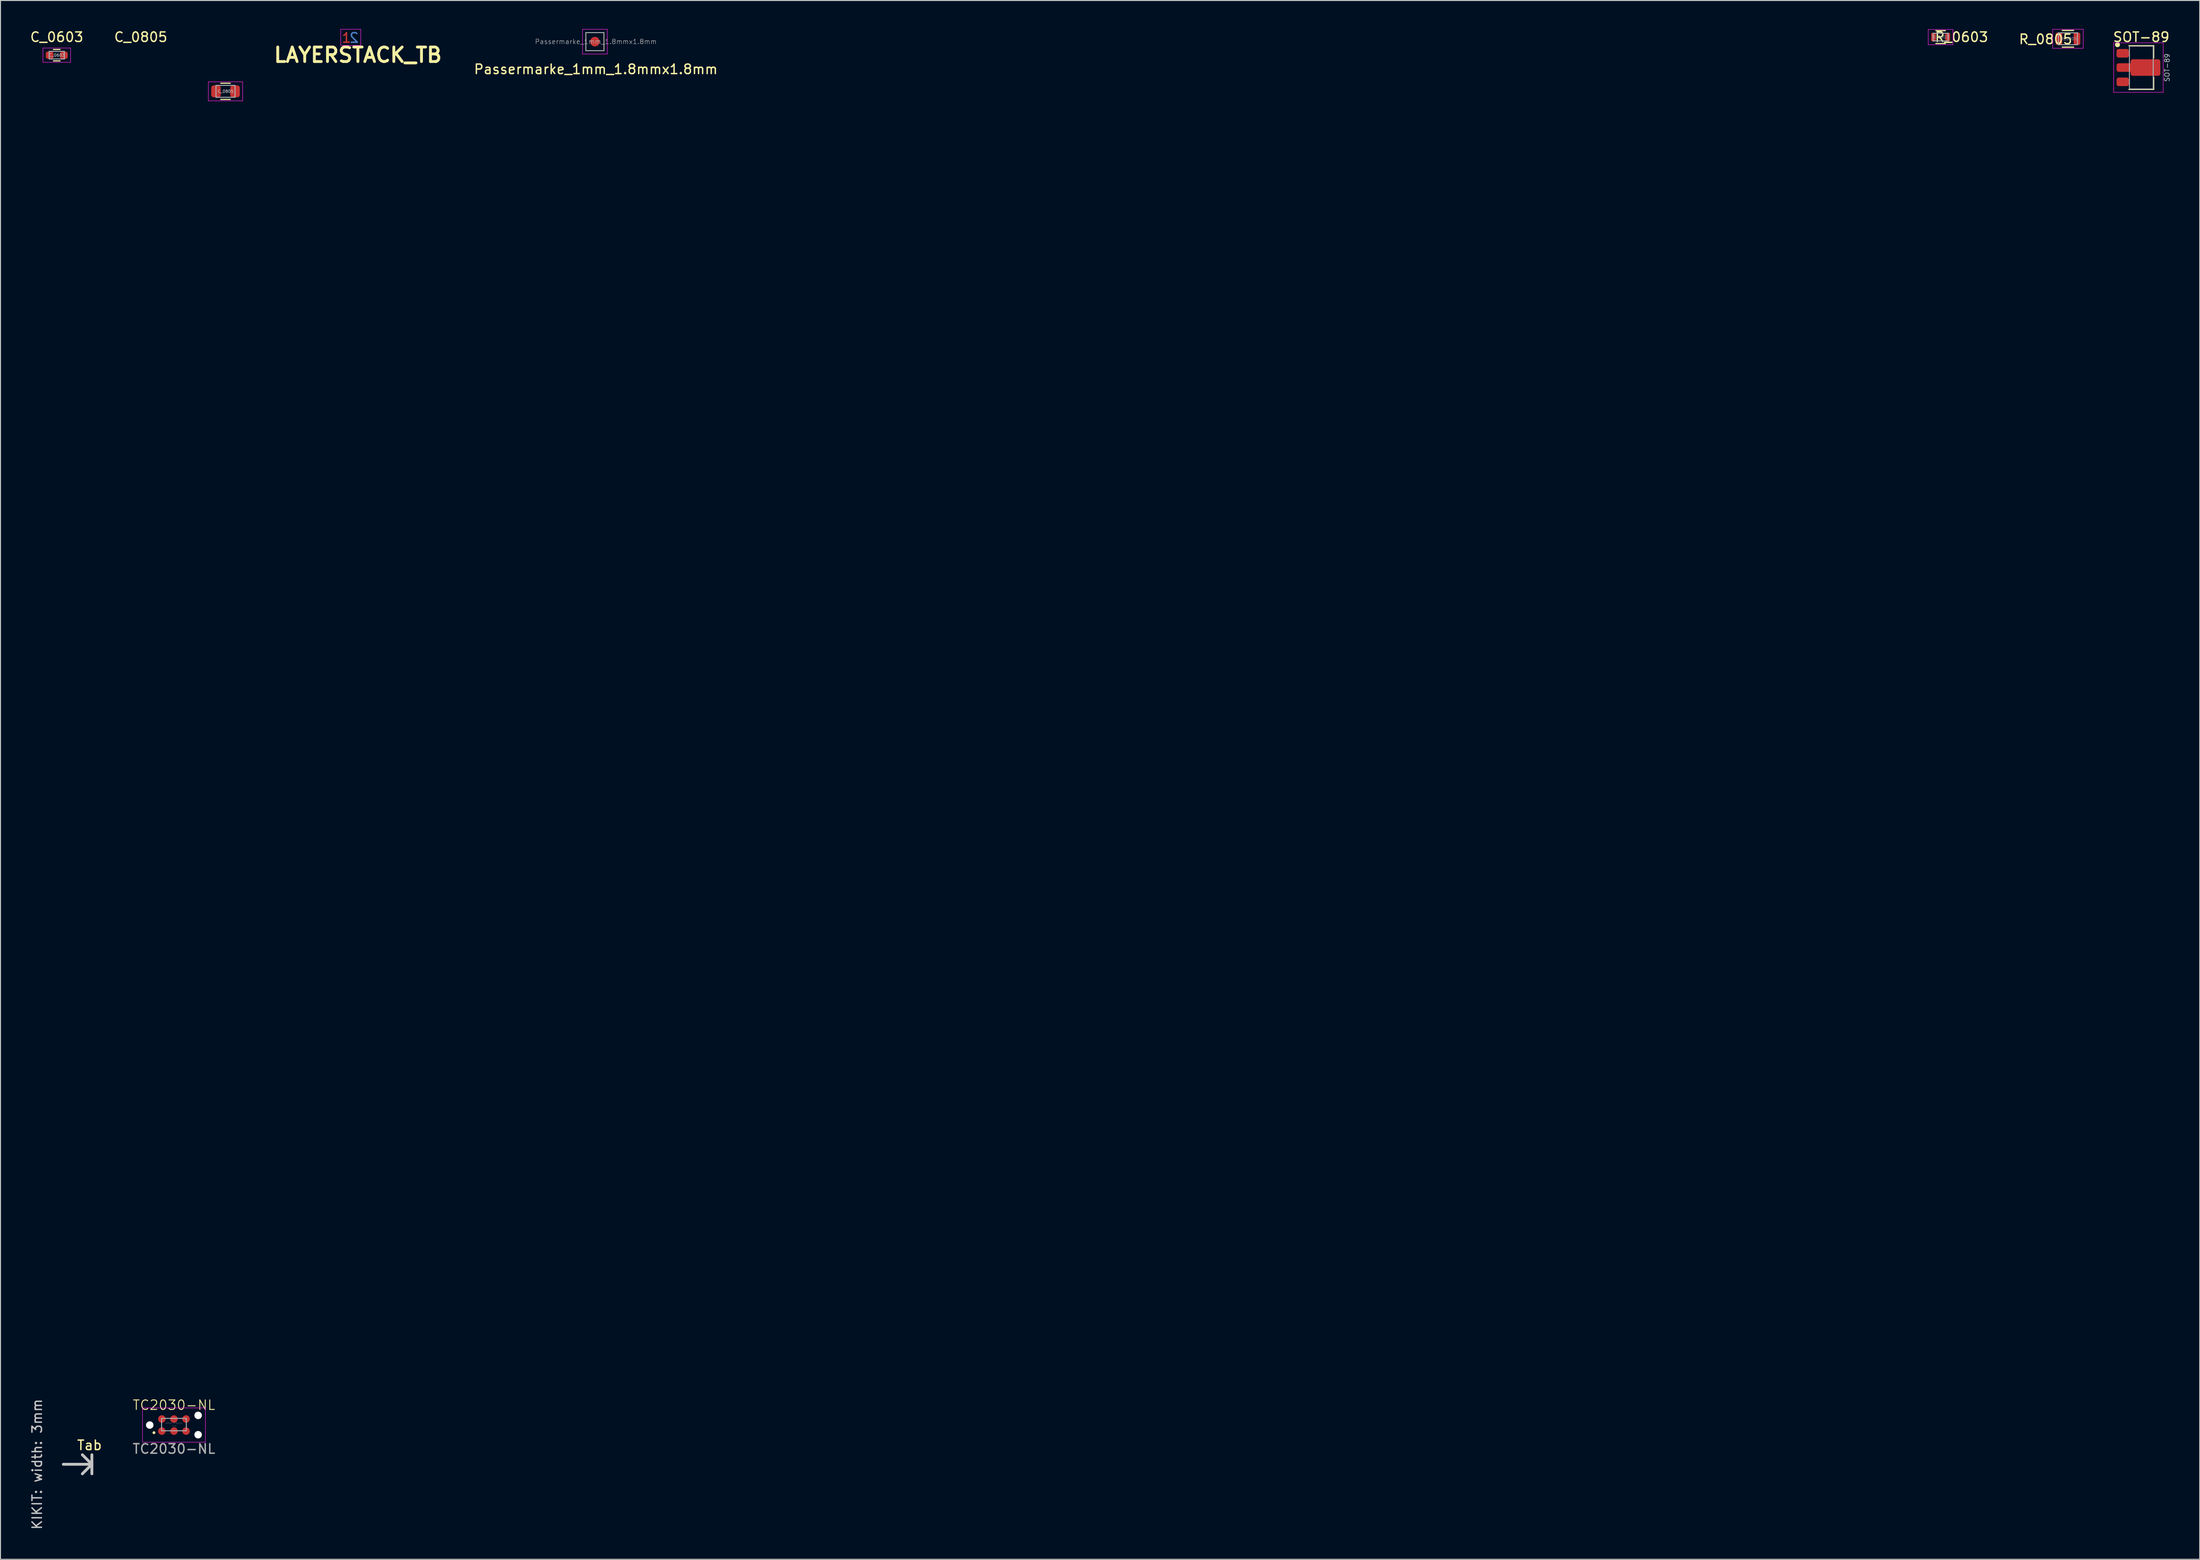
<source format=kicad_pcb>
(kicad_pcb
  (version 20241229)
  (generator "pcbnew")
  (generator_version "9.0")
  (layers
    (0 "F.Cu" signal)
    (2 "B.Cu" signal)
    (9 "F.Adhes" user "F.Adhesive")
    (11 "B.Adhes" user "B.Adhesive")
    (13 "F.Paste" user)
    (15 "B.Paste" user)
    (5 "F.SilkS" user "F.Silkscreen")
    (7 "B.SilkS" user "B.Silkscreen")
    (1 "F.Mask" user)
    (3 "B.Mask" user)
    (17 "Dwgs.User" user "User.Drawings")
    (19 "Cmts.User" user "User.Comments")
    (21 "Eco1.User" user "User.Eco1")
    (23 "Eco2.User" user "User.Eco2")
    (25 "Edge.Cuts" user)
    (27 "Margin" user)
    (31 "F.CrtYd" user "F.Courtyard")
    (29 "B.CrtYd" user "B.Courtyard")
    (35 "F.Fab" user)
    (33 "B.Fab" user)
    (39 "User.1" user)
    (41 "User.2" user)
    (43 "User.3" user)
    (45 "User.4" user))
  (footprint "Tab"
    (layer "F.Cu")
    (at 6.348 150.807)
    (property "Reference" "Tab" (at 0 -2 180) (layer "F.SilkS") (effects (font (size 1 1) (thickness 0.15))))
    (attr exclude_from_pos_files exclude_from_bom)
    (fp_line (start 0.25 0) (end -2.75 0) (stroke (width 0.3) (type solid)) (layer "Dwgs.User"))
    (fp_line (start 0.25 0) (end -0.75 -1) (stroke (width 0.3) (type solid)) (layer "Dwgs.User"))
    (fp_line (start 0.25 0) (end -0.75 1) (stroke (width 0.3) (type solid)) (layer "Dwgs.User"))
    (fp_line (start 0.25 1) (end 0.25 -1) (stroke (width 0.3) (type solid)) (layer "Dwgs.User"))
    (fp_text user "KIKIT: width: 3mm" (at -5.5 0 90) (layer "Dwgs.User") (effects (font (size 1 1) (thickness 0.15)))))
  (footprint "Passermarke_1mm_1.8mmx1.8mm"
    (layer "F.Cu")
    (at 59.425 1.325)
    (property "Reference" "Passermarke_1mm_1.8mmx1.8mm" (at 0.1 2.9 0) (layer "F.SilkS") (effects (font (size 1 1) (thickness 0.15))))
    (attr exclude_from_pos_files)
    (fp_poly (pts (xy -0.85 -0.85) (xy 0.85 -0.85) (xy 0.85 0.85) (xy -0.85 0.85)) (stroke (width 0.1) (type solid)) (fill yes) (layer "F.Mask"))
    (fp_line (start -1.3 -1.3) (end 1.3 -1.3) (stroke (width 0.05) (type solid)) (layer "F.CrtYd"))
    (fp_line (start -1.3 1.3) (end -1.3 -1.3) (stroke (width 0.05) (type solid)) (layer "F.CrtYd"))
    (fp_line (start 1.3 -1.3) (end 1.3 1.3) (stroke (width 0.05) (type solid)) (layer "F.CrtYd"))
    (fp_line (start 1.3 1.3) (end -1.3 1.3) (stroke (width 0.05) (type solid)) (layer "F.CrtYd"))
    (fp_line (start -0.95 -0.95) (end -0.95 0.95) (stroke (width 0.1) (type solid)) (layer "F.Fab"))
    (fp_line (start -0.95 0.95) (end 0.95 0.95) (stroke (width 0.1) (type solid)) (layer "F.Fab"))
    (fp_line (start 0.95 -0.95) (end -0.95 -0.95) (stroke (width 0.1) (type solid)) (layer "F.Fab"))
    (fp_line (start 0.95 0.95) (end 0.95 -0.95) (stroke (width 0.1) (type solid)) (layer "F.Fab"))
    (fp_text user "${REFERENCE}" (at 0.1 0 0) (layer "F.Fab") (effects (font (size 0.5 0.5) (thickness 0.05))))
    (pad "~" smd circle (at 0 0) (size 1 1) (property pad_prop_fiducial_glob) (layers "F.Cu"))
    (zone (net_name "") (layer "F.Cu") (hatch edge 0.508) (connect_pads) (min_thickness 0.254) (filled_areas_thickness no) (keepout (tracks not_allowed) (vias not_allowed) (pads allowed) (copperpour not_allowed) (footprints allowed)) (placement (enabled no)) (fill) (polygon (pts (xy 196.425 140.825) (xy 194.425 140.825) (xy 194.425 138.825) (xy 196.425 138.825)))))
  (footprint "LAYERSTACK_TB"
    (layer "F.Cu")
    (at 34.536 0.725)
    (property "Reference" "LAYERSTACK_TB" (at 0 2 0) (layer "F.SilkS") (effects (font (size 1.524 1.524) (thickness 0.3))))
    (attr exclude_from_pos_files)
    (fp_poly (pts (xy -1.7 -0.6) (xy 0.2 -0.6) (xy 0.2 0.9) (xy -1.7 0.9)) (stroke (width 0.1) (type solid)) (fill yes) (layer "F.Mask"))
    (fp_poly (pts (xy -1.7 -0.6) (xy 0.2 -0.6) (xy 0.2 0.9) (xy -1.7 0.9)) (stroke (width 0.1) (type solid)) (fill yes) (layer "B.Mask"))
    (fp_line (start -1.8 -0.7) (end 0.3 -0.7) (stroke (width 0.05) (type solid)) (layer "F.CrtYd"))
    (fp_line (start -1.8 1) (end -1.8 -0.7) (stroke (width 0.05) (type solid)) (layer "F.CrtYd"))
    (fp_line (start 0.3 -0.7) (end 0.3 1) (stroke (width 0.05) (type solid)) (layer "F.CrtYd"))
    (fp_line (start 0.3 1) (end -1.8 1) (stroke (width 0.05) (type solid)) (layer "F.CrtYd"))
    (fp_text user "1" (at -1.2 0.2 0) (layer "F.Cu") (effects (font (size 1 1) (thickness 0.15))))
    (fp_text user "2" (at -0.4 0.2 0) (layer "B.Cu") (effects (font (size 1 1) (thickness 0.15)) (justify mirror))))
  (footprint "R_0805"
    (layer "F.Cu")
    (at 214.122 1.025)
    (property "Reference" "R_0805" (at -2.35 0.05 0) (layer "F.SilkS") (effects (font (size 1 1) (thickness 0.15))))
    (attr smd)
    (fp_line (start -0.6 -0.875) (end 0.6 -0.875) (stroke (width 0.12) (type solid)) (layer "F.SilkS"))
    (fp_line (start 0.6 0.875) (end -0.6 0.875) (stroke (width 0.12) (type solid)) (layer "F.SilkS"))
    (fp_line (start -1.6 -1) (end -1.6 1) (stroke (width 0.05) (type solid)) (layer "F.CrtYd"))
    (fp_line (start -1.6 -1) (end 1.6 -1) (stroke (width 0.05) (type solid)) (layer "F.CrtYd"))
    (fp_line (start -1.6 1) (end 1.6 1) (stroke (width 0.05) (type solid)) (layer "F.CrtYd"))
    (fp_line (start 1.6 -1) (end 1.6 1) (stroke (width 0.05) (type solid)) (layer "F.CrtYd"))
    (fp_line (start -1 -0.625) (end 1 -0.625) (stroke (width 0.1) (type solid)) (layer "F.Fab"))
    (fp_line (start -1 0.625) (end -1 -0.625) (stroke (width 0.1) (type solid)) (layer "F.Fab"))
    (fp_line (start 1 -0.625) (end 1 0.625) (stroke (width 0.1) (type solid)) (layer "F.Fab"))
    (fp_line (start 1 0.625) (end -1 0.625) (stroke (width 0.1) (type solid)) (layer "F.Fab"))
    (fp_text user "${REFERENCE}" (at 0.1 0 0) (layer "F.Fab") (effects (font (size 0.3 0.3) (thickness 0.03))))
    (pad "1" smd roundrect (at -0.95 0 180) (size 0.7 1.3) (layers "F.Cu" "F.Mask" "F.Paste") (roundrect_rratio 0.25))
    (pad "2" smd roundrect (at 0.95 0 180) (size 0.7 1.3) (layers "F.Cu" "F.Mask" "F.Paste") (roundrect_rratio 0.25)))
  (footprint "C_0805"
    (layer "F.Cu")
    (at 20.632 6.548)
    (property "Reference" "C_0805" (at -8.9 -5.7 0) (layer "F.SilkS") (effects (font (size 1 1) (thickness 0.15))))
    (attr smd)
    (fp_line (start -0.5 0.85) (end 0.5 0.85) (stroke (width 0.12) (type solid)) (layer "F.SilkS"))
    (fp_line (start 0.5 -0.85) (end -0.5 -0.85) (stroke (width 0.12) (type solid)) (layer "F.SilkS"))
    (fp_line (start -1.8 -1) (end -1.8 1) (stroke (width 0.05) (type solid)) (layer "F.CrtYd"))
    (fp_line (start -1.8 -1) (end 1.8 -1) (stroke (width 0.05) (type solid)) (layer "F.CrtYd"))
    (fp_line (start -1.8 1) (end 1.8 1) (stroke (width 0.05) (type solid)) (layer "F.CrtYd"))
    (fp_line (start 1.8 -1) (end 1.8 1) (stroke (width 0.05) (type solid)) (layer "F.CrtYd"))
    (fp_line (start -1 -0.625) (end 1 -0.625) (stroke (width 0.1) (type solid)) (layer "F.Fab"))
    (fp_line (start -1 0.625) (end -1 -0.625) (stroke (width 0.1) (type solid)) (layer "F.Fab"))
    (fp_line (start 1 -0.625) (end 1 0.625) (stroke (width 0.1) (type solid)) (layer "F.Fab"))
    (fp_line (start 1 0.625) (end -1 0.625) (stroke (width 0.1) (type solid)) (layer "F.Fab"))
    (fp_text user "${REFERENCE}" (at 0 0 0) (layer "F.Fab") (effects (font (size 0.3 0.3) (thickness 0.05))))
    (pad "1" smd roundrect (at -1 0) (size 1 1.25) (layers "F.Cu" "F.Mask" "F.Paste") (roundrect_rratio 0.25))
    (pad "2" smd roundrect (at 1 0) (size 1 1.25) (layers "F.Cu" "F.Mask" "F.Paste") (roundrect_rratio 0.25)))
  (footprint "SOT-89"
    (layer "F.Cu")
    (at 221.824 4.048)
    (property "Reference" "SOT-89" (at 0 -3.2 0) (layer "F.SilkS") (effects (font (size 1 1) (thickness 0.15))))
    (attr smd)
    (fp_line (start 1.3 -2.3) (end -1.3 -2.3) (stroke (width 0.12) (type solid)) (layer "F.SilkS"))
    (fp_line (start 1.3 -2.3) (end 1.3 -1) (stroke (width 0.12) (type solid)) (layer "F.SilkS"))
    (fp_line (start 1.3 2.3) (end -1.3 2.3) (stroke (width 0.12) (type solid)) (layer "F.SilkS"))
    (fp_line (start 1.3 2.3) (end 1.3 1) (stroke (width 0.12) (type solid)) (layer "F.SilkS"))
    (fp_circle (center -2.5 -2.4) (end -2.3 -2.4) (stroke (width 0.12) (type solid)) (fill yes) (layer "F.SilkS"))
    (fp_line (start -2.9 -2.6) (end 2.3 -2.6) (stroke (width 0.05) (type solid)) (layer "F.CrtYd"))
    (fp_line (start -2.9 2.6) (end -2.9 -2.6) (stroke (width 0.05) (type solid)) (layer "F.CrtYd"))
    (fp_line (start 2.3 -2.6) (end 2.3 2.6) (stroke (width 0.05) (type solid)) (layer "F.CrtYd"))
    (fp_line (start 2.3 2.6) (end -2.9 2.6) (stroke (width 0.05) (type solid)) (layer "F.CrtYd"))
    (fp_rect (start 1.25 -2.25) (end -1.25 2.25) (stroke (width 0.1) (type default)) (fill no) (layer "F.Fab"))
    (fp_text user "${REFERENCE}" (at 2.71 0.01 90) (layer "F.Fab") (effects (font (size 0.5 0.5) (thickness 0.075))))
    (pad "1" smd roundrect (at -1.95 -1.5) (size 1.3 0.9) (layers "F.Cu" "F.Mask" "F.Paste") (roundrect_rratio 0.25))
    (pad "2" smd roundrect (at -1.6 0) (size 2 0.9) (layers "F.Cu" "F.Mask" "F.Paste") (roundrect_rratio 0.25))
    (pad "2" smd roundrect (at 0.438 0) (size 3.125 1.733) (layers "F.Cu" "F.Mask" "F.Paste") (roundrect_rratio 0.13))
    (pad "3" smd roundrect (at -1.95 1.5) (size 1.3 0.9) (layers "F.Cu" "F.Mask" "F.Paste") (roundrect_rratio 0.25)))
  (footprint "TC2030-NL"
    (layer "F.Cu")
    (at 15.217 146.685)
    (property "Reference" "TC2030-NL" (at 0 -2.1 0) (unlocked yes) (layer "F.SilkS") (effects (font (size 1 1) (thickness 0.1))))
    (fp_circle (center -2.1 0.8) (end -2 0.8) (stroke (width 0.1) (type solid)) (fill yes) (layer "F.SilkS"))
    (fp_rect (start 3.3 -1.8) (end -3.3 1.8) (stroke (width 0.05) (type default)) (fill no) (layer "F.CrtYd"))
    (fp_rect (start -1.3 -0.7) (end 1.3 0.6) (stroke (width 0.1) (type default)) (fill no) (layer "F.Fab"))
    (fp_text user "${REFERENCE}" (at 0 2.5 0) (unlocked yes) (layer "F.Fab") (effects (font (size 1 1) (thickness 0.15))))
    (fp_text user "keep tracks" (at -0.9 -0.1 0) (unlocked yes) (layer "F.Fab") (effects (font (size 0.2 0.2) (thickness 0.01)) (justify left bottom)))
    (fp_text user "out" (at -0.2 0.2 0) (unlocked yes) (layer "F.Fab") (effects (font (size 0.2 0.2) (thickness 0.01)) (justify left bottom)))
    (pad "" np_thru_hole circle (at -2.54 0) (size 0.787 0.787) (drill 0.991) (layers "*.Cu" "*.Mask"))
    (pad "" np_thru_hole circle (at 2.54 -1.016) (size 0.787 0.787) (drill 0.991) (layers "*.Cu" "*.Mask"))
    (pad "" np_thru_hole circle (at 2.54 1.016) (size 0.787 0.787) (drill 0.991) (layers "*.Cu" "*.Mask"))
    (pad "1" smd circle (at -1.27 0.635) (size 0.787 0.787) (layers "F.Cu" "F.Mask"))
    (pad "2" smd circle (at -1.27 -0.634) (size 0.787 0.787) (layers "F.Cu" "F.Mask"))
    (pad "3" smd circle (at 0 0.635) (size 0.787 0.787) (layers "F.Cu" "F.Mask"))
    (pad "4" smd circle (at 0 -0.635) (size 0.787 0.787) (layers "F.Cu" "F.Mask"))
    (pad "5" smd circle (at 1.27 0.635) (size 0.787 0.787) (layers "F.Cu" "F.Mask"))
    (pad "6" smd circle (at 1.27 -0.635) (size 0.787 0.787) (layers "F.Cu" "F.Mask")))
  (footprint "R_0603"
    (layer "F.Cu")
    (at 200.75 0.848)
    (property "Reference" "R_0603" (at 2.2 0 180) (layer "F.SilkS") (effects (font (size 1 1) (thickness 0.15))))
    (attr smd)
    (fp_line (start -0.5 -0.675) (end 0.5 -0.675) (stroke (width 0.12) (type solid)) (layer "F.SilkS"))
    (fp_line (start 0.5 0.675) (end -0.5 0.675) (stroke (width 0.12) (type solid)) (layer "F.SilkS"))
    (fp_line (start -1.3 -0.8) (end -1.3 0.8) (stroke (width 0.05) (type solid)) (layer "F.CrtYd"))
    (fp_line (start -1.3 -0.8) (end 1.3 -0.8) (stroke (width 0.05) (type solid)) (layer "F.CrtYd"))
    (fp_line (start -1.3 0.8) (end 1.3 0.8) (stroke (width 0.05) (type solid)) (layer "F.CrtYd"))
    (fp_line (start 1.3 -0.8) (end 1.3 0.8) (stroke (width 0.05) (type solid)) (layer "F.CrtYd"))
    (fp_line (start -0.8 -0.4) (end 0.8 -0.4) (stroke (width 0.1) (type solid)) (layer "F.Fab"))
    (fp_line (start -0.8 0.4) (end -0.8 -0.4) (stroke (width 0.1) (type solid)) (layer "F.Fab"))
    (fp_line (start 0.8 -0.4) (end 0.8 0.4) (stroke (width 0.1) (type solid)) (layer "F.Fab"))
    (fp_line (start 0.8 0.4) (end -0.8 0.4) (stroke (width 0.1) (type solid)) (layer "F.Fab"))
    (fp_text user "${REFERENCE}" (at 0 0 180) (layer "F.Fab") (effects (font (size 0.3 0.3) (thickness 0.03))))
    (pad "1" smd roundrect (at -0.75 0) (size 0.5 0.9) (layers "F.Cu" "F.Mask" "F.Paste") (roundrect_rratio 0.25))
    (pad "2" smd roundrect (at 0.75 0) (size 0.5 0.9) (layers "F.Cu" "F.Mask" "F.Paste") (roundrect_rratio 0.25)))
  (footprint "C_0603"
    (layer "F.Cu")
    (at 2.911 2.748)
    (property "Reference" "C_0603" (at 0 -1.9 0) (layer "F.SilkS") (effects (font (size 1 1) (thickness 0.15))))
    (attr smd)
    (fp_line (start -0.35 -0.6) (end 0.35 -0.6) (stroke (width 0.12) (type solid)) (layer "F.SilkS"))
    (fp_line (start 0.35 0.6) (end -0.35 0.6) (stroke (width 0.12) (type solid)) (layer "F.SilkS"))
    (fp_line (start -1.45 -0.75) (end -1.45 0.75) (stroke (width 0.05) (type solid)) (layer "F.CrtYd"))
    (fp_line (start -1.45 -0.75) (end 1.45 -0.75) (stroke (width 0.05) (type solid)) (layer "F.CrtYd"))
    (fp_line (start -1.45 0.75) (end 1.45 0.75) (stroke (width 0.05) (type solid)) (layer "F.CrtYd"))
    (fp_line (start 1.45 -0.75) (end 1.45 0.75) (stroke (width 0.05) (type solid)) (layer "F.CrtYd"))
    (fp_line (start -0.8 -0.4) (end 0.8 -0.4) (stroke (width 0.1) (type solid)) (layer "F.Fab"))
    (fp_line (start -0.8 0.4) (end -0.8 -0.4) (stroke (width 0.1) (type solid)) (layer "F.Fab"))
    (fp_line (start 0.8 -0.4) (end 0.8 0.4) (stroke (width 0.1) (type solid)) (layer "F.Fab"))
    (fp_line (start 0.8 0.4) (end -0.8 0.4) (stroke (width 0.1) (type solid)) (layer "F.Fab"))
    (fp_text user "${REFERENCE}" (at 0 0 0) (layer "F.Fab") (effects (font (size 0.3 0.3) (thickness 0.05))))
    (pad "1" smd roundrect (at -0.75 0 180) (size 0.8 0.75) (layers "F.Cu" "F.Mask" "F.Paste") (roundrect_rratio 0.25))
    (pad "2" smd roundrect (at 0.75 0 180) (size 0.8 0.75) (layers "F.Cu" "F.Mask" "F.Paste") (roundrect_rratio 0.25)))
  (gr_rect
    (start -3 -3)
    (end 227.958 160.789)
    (stroke (width 0.1) (type default))
    (fill no)
    (layer "Edge.Cuts")))
</source>
